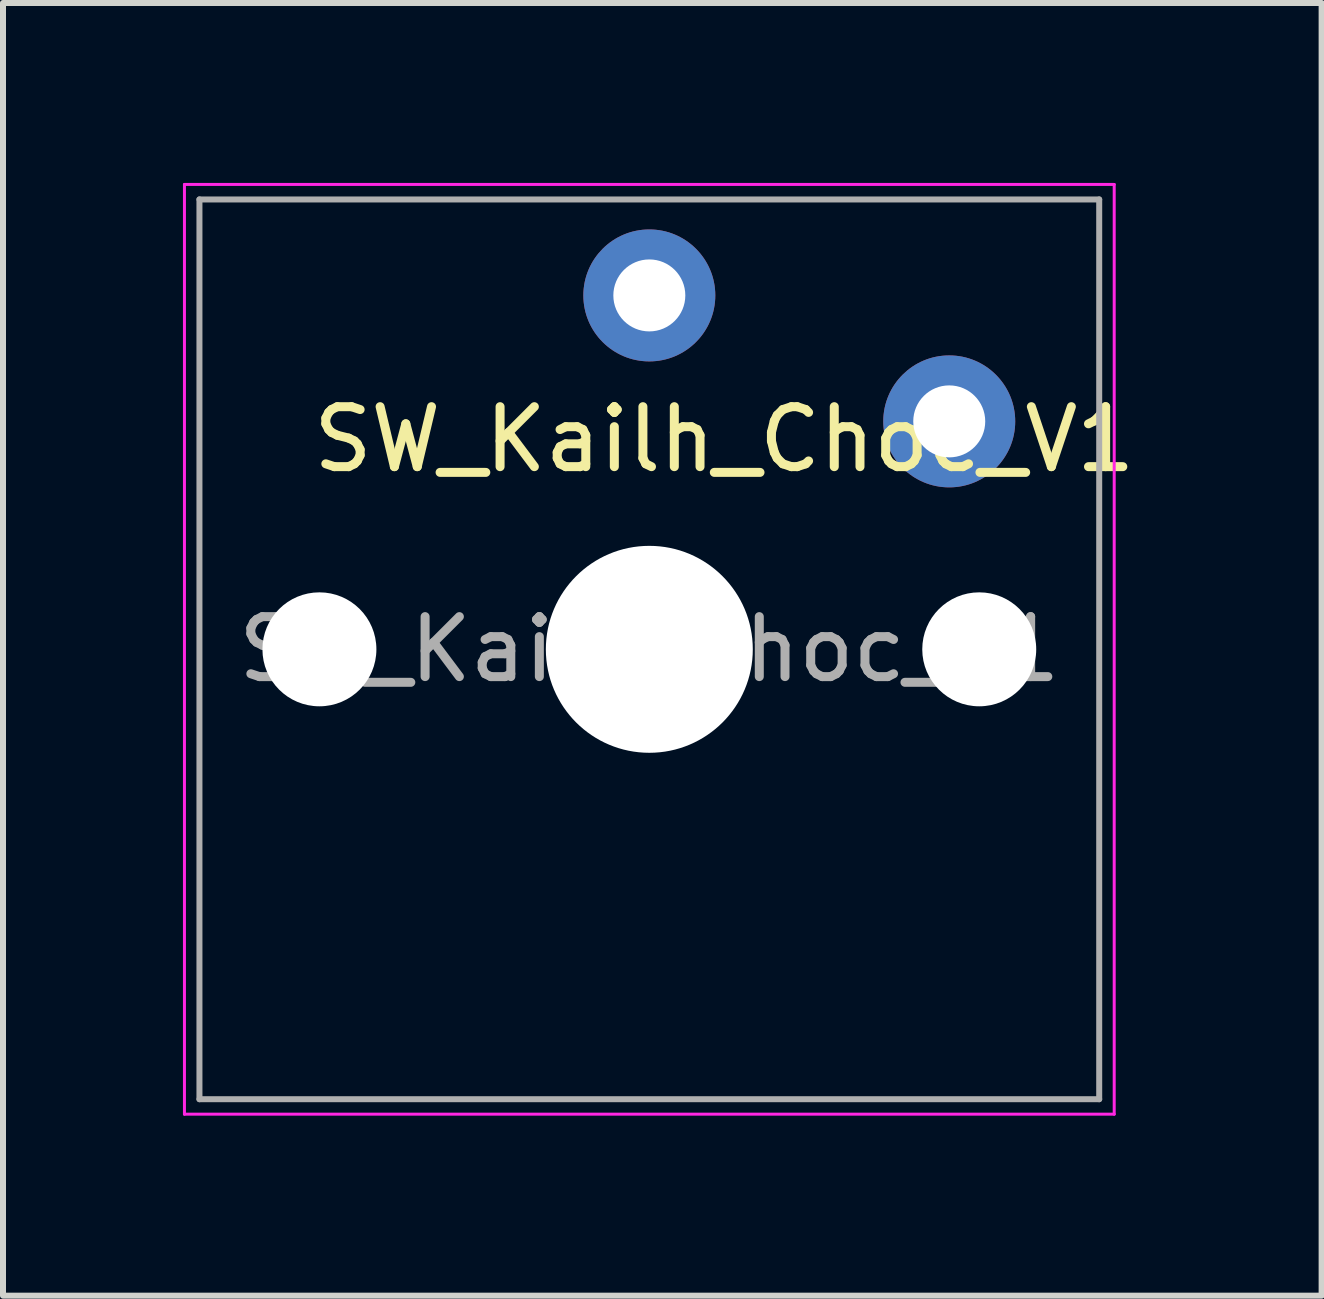
<source format=kicad_pcb>
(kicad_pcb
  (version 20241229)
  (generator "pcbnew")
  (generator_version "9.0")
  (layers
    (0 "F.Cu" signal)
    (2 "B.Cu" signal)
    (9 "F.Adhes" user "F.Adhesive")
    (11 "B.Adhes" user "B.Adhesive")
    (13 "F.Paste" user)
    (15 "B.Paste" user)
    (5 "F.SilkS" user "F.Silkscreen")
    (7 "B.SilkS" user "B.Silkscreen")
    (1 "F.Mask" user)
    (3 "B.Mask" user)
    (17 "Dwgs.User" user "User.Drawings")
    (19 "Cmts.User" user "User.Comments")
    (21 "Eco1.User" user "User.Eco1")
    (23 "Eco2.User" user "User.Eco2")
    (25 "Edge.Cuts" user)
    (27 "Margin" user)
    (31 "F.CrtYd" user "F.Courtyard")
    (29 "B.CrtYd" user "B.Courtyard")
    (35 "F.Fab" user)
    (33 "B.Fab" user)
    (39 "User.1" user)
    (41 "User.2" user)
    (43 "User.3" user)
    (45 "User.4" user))
  (footprint "SW_Kailh_Choc_V1"
    (layer "F.Cu")
    (at 7.775 7.775)
    (property "Reference" "SW_Kailh_Choc_V1" (at 1.25 -3.5 0) (layer "F.SilkS") (effects (font (size 1 1) (thickness 0.15))))
    (attr through_hole)
    (fp_line (start -7.25 -7.25) (end -7.25 7.25) (stroke (width 0.1) (type solid)) (layer "Eco1.User"))
    (fp_line (start -7.25 7.25) (end 7.25 7.25) (stroke (width 0.1) (type solid)) (layer "Eco1.User"))
    (fp_line (start 7.25 -7.25) (end -7.25 -7.25) (stroke (width 0.1) (type solid)) (layer "Eco1.User"))
    (fp_line (start 7.25 7.25) (end 7.25 -7.25) (stroke (width 0.1) (type solid)) (layer "Eco1.User"))
    (fp_line (start -7.75 -7.75) (end -7.75 7.75) (stroke (width 0.05) (type solid)) (layer "F.CrtYd"))
    (fp_line (start -7.75 7.75) (end 7.75 7.75) (stroke (width 0.05) (type solid)) (layer "F.CrtYd"))
    (fp_line (start 7.75 -7.75) (end -7.75 -7.75) (stroke (width 0.05) (type solid)) (layer "F.CrtYd"))
    (fp_line (start 7.75 7.75) (end 7.75 -7.75) (stroke (width 0.05) (type solid)) (layer "F.CrtYd"))
    (fp_line (start -7.5 -7.5) (end -7.5 7.5) (stroke (width 0.1) (type solid)) (layer "F.Fab"))
    (fp_line (start -7.5 7.5) (end 7.5 7.5) (stroke (width 0.1) (type solid)) (layer "F.Fab"))
    (fp_line (start 7.5 -7.5) (end -7.5 -7.5) (stroke (width 0.1) (type solid)) (layer "F.Fab"))
    (fp_line (start 7.5 7.5) (end 7.5 -7.5) (stroke (width 0.1) (type solid)) (layer "F.Fab"))
    (fp_text user "${REFERENCE}" (at 0 0 0) (layer "F.Fab") (effects (font (size 1 1) (thickness 0.15))))
    (pad "" np_thru_hole circle (at -5.5 0) (size 1.9 1.9) (drill 1.9) (layers "*.Cu" "*.Mask"))
    (pad "" np_thru_hole circle (at 0 0) (size 3.45 3.45) (drill 3.45) (layers "*.Cu" "*.Mask"))
    (pad "" np_thru_hole circle (at 5.5 0) (size 1.9 1.9) (drill 1.9) (layers "*.Cu" "*.Mask"))
    (pad "1" thru_hole circle (at 0 -5.9) (size 2.2 2.2) (drill 1.2) (layers "*.Cu" "*.Mask"))
    (pad "2" thru_hole circle (at 5 -3.8) (size 2.2 2.2) (drill 1.2) (layers "*.Cu" "*.Mask")))
  (gr_rect
    (start -3 -3)
    (end 18.983 18.55)
    (stroke (width 0.1) (type default))
    (fill no)
    (layer "Edge.Cuts")))
</source>
